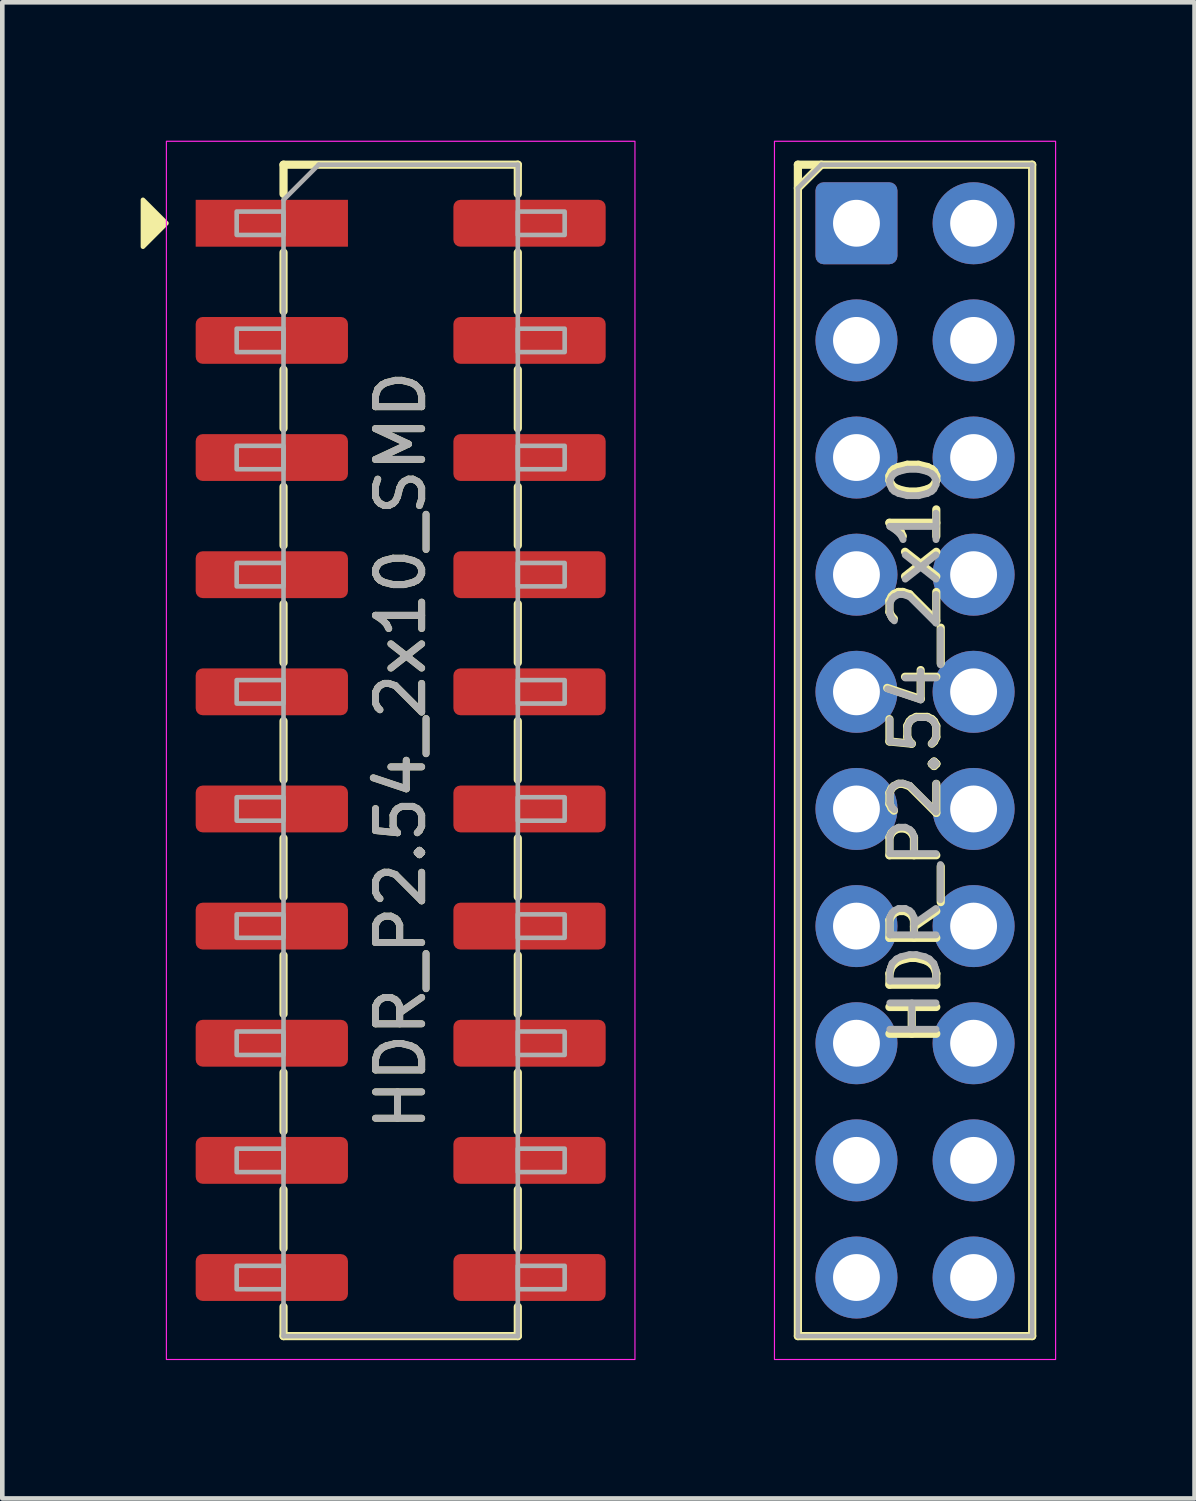
<source format=kicad_pcb>
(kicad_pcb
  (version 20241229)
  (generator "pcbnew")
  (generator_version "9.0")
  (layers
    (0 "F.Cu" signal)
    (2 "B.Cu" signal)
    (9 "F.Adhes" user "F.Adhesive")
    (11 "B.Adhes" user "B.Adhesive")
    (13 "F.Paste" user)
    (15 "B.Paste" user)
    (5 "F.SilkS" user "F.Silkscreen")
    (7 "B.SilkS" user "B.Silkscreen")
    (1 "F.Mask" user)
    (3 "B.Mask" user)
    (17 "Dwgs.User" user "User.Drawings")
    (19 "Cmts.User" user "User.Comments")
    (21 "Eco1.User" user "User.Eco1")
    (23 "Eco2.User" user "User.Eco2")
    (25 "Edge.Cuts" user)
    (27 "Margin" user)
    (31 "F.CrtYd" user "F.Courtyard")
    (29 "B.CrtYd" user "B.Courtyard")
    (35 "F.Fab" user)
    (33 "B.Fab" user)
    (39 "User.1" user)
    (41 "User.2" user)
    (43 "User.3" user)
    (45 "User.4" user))
  (footprint "HDR_P2.54_2x10"
    (layer "F.Cu")
    (at 16.791 13.221)
    (property "Reference" "HDR_P2.54_2x10" (at 0 0 90) (layer "F.SilkS") (effects (font (size 1.016 1.016) (thickness 0.178))))
    (attr through_hole)
    (fp_line (start -2.54 -12.7) (end -2.54 12.7) (stroke (width 0.178) (type solid)) (layer "F.SilkS"))
    (fp_line (start -2.54 -12.7) (end 2.54 -12.7) (stroke (width 0.178) (type solid)) (layer "F.SilkS"))
    (fp_line (start -2.54 -12.192) (end -2.032 -12.7) (stroke (width 0.178) (type solid)) (layer "F.SilkS"))
    (fp_line (start -2.54 12.7) (end 2.54 12.7) (stroke (width 0.178) (type solid)) (layer "F.SilkS"))
    (fp_line (start 2.54 -12.7) (end 2.54 12.7) (stroke (width 0.178) (type solid)) (layer "F.SilkS"))
    (fp_rect (start -3.048 -13.208) (end 3.048 13.208) (stroke (width 0.025) (type solid)) (fill no) (layer "F.CrtYd"))
    (fp_line (start -2.54 -12.192) (end -2.032 -12.7) (stroke (width 0.1) (type solid)) (layer "F.Fab"))
    (fp_line (start -2.54 12.7) (end -2.54 -12.192) (stroke (width 0.1) (type solid)) (layer "F.Fab"))
    (fp_line (start -2.032 -12.7) (end 2.54 -12.7) (stroke (width 0.1) (type solid)) (layer "F.Fab"))
    (fp_line (start 2.54 -12.7) (end 2.54 12.7) (stroke (width 0.1) (type solid)) (layer "F.Fab"))
    (fp_line (start 2.54 12.7) (end -2.54 12.7) (stroke (width 0.1) (type solid)) (layer "F.Fab"))
    (fp_text user "${REFERENCE}" (at 0 0 90) (layer "F.Fab") (effects (font (size 1 1) (thickness 0.15))))
    (pad "1" thru_hole roundrect (at -1.27 -11.43) (size 1.778 1.778) (drill 1.016) (layers "*.Cu" "*.Mask") (roundrect_rratio 0.1))
    (pad "2" thru_hole oval (at 1.27 -11.43) (size 1.778 1.778) (drill 1.016) (layers "*.Cu" "*.Mask"))
    (pad "3" thru_hole oval (at -1.27 -8.89) (size 1.778 1.778) (drill 1.016) (layers "*.Cu" "*.Mask"))
    (pad "4" thru_hole oval (at 1.27 -8.89) (size 1.778 1.778) (drill 1.016) (layers "*.Cu" "*.Mask"))
    (pad "5" thru_hole oval (at -1.27 -6.35) (size 1.778 1.778) (drill 1.016) (layers "*.Cu" "*.Mask"))
    (pad "6" thru_hole oval (at 1.27 -6.35) (size 1.778 1.778) (drill 1.016) (layers "*.Cu" "*.Mask"))
    (pad "7" thru_hole oval (at -1.27 -3.81) (size 1.778 1.778) (drill 1.016) (layers "*.Cu" "*.Mask"))
    (pad "8" thru_hole oval (at 1.27 -3.81) (size 1.778 1.778) (drill 1.016) (layers "*.Cu" "*.Mask"))
    (pad "9" thru_hole oval (at -1.27 -1.27) (size 1.778 1.778) (drill 1.016) (layers "*.Cu" "*.Mask"))
    (pad "10" thru_hole oval (at 1.27 -1.27) (size 1.778 1.778) (drill 1.016) (layers "*.Cu" "*.Mask"))
    (pad "11" thru_hole oval (at -1.27 1.27) (size 1.778 1.778) (drill 1.016) (layers "*.Cu" "*.Mask"))
    (pad "12" thru_hole oval (at 1.27 1.27) (size 1.778 1.778) (drill 1.016) (layers "*.Cu" "*.Mask"))
    (pad "13" thru_hole oval (at -1.27 3.81) (size 1.778 1.778) (drill 1.016) (layers "*.Cu" "*.Mask"))
    (pad "14" thru_hole oval (at 1.27 3.81) (size 1.778 1.778) (drill 1.016) (layers "*.Cu" "*.Mask"))
    (pad "15" thru_hole oval (at -1.27 6.35) (size 1.778 1.778) (drill 1.016) (layers "*.Cu" "*.Mask"))
    (pad "16" thru_hole oval (at 1.27 6.35) (size 1.778 1.778) (drill 1.016) (layers "*.Cu" "*.Mask"))
    (pad "17" thru_hole oval (at -1.27 8.89) (size 1.778 1.778) (drill 1.016) (layers "*.Cu" "*.Mask"))
    (pad "18" thru_hole oval (at 1.27 8.89) (size 1.778 1.778) (drill 1.016) (layers "*.Cu" "*.Mask"))
    (pad "19" thru_hole oval (at -1.27 11.43) (size 1.778 1.778) (drill 1.016) (layers "*.Cu" "*.Mask"))
    (pad "20" thru_hole oval (at 1.27 11.43) (size 1.778 1.778) (drill 1.016) (layers "*.Cu" "*.Mask")))
  (footprint "HDR_P2.54_2x10_SMD"
    (layer "F.Cu")
    (at 5.638 13.221)
    (property "Reference" "HDR_P2.54_2x10_SMD" (at 0 0 90) (layer "F.SilkS") (effects (font (size 1 1) (thickness 0.15))))
    (attr smd)
    (fp_line (start -2.54 -12.7) (end -2.54 -12.065) (stroke (width 0.178) (type solid)) (layer "F.SilkS"))
    (fp_line (start -2.54 -9.525) (end -2.54 -10.795) (stroke (width 0.178) (type solid)) (layer "F.SilkS"))
    (fp_line (start -2.54 -6.985) (end -2.54 -8.255) (stroke (width 0.178) (type solid)) (layer "F.SilkS"))
    (fp_line (start -2.54 -4.445) (end -2.54 -5.715) (stroke (width 0.178) (type solid)) (layer "F.SilkS"))
    (fp_line (start -2.54 -1.905) (end -2.54 -3.175) (stroke (width 0.178) (type solid)) (layer "F.SilkS"))
    (fp_line (start -2.54 0.635) (end -2.54 -0.635) (stroke (width 0.178) (type solid)) (layer "F.SilkS"))
    (fp_line (start -2.54 3.175) (end -2.54 1.905) (stroke (width 0.178) (type solid)) (layer "F.SilkS"))
    (fp_line (start -2.54 5.715) (end -2.54 4.445) (stroke (width 0.178) (type solid)) (layer "F.SilkS"))
    (fp_line (start -2.54 8.255) (end -2.54 6.985) (stroke (width 0.178) (type solid)) (layer "F.SilkS"))
    (fp_line (start -2.54 10.795) (end -2.54 9.525) (stroke (width 0.178) (type solid)) (layer "F.SilkS"))
    (fp_line (start -2.54 12.7) (end -2.54 12.065) (stroke (width 0.178) (type solid)) (layer "F.SilkS"))
    (fp_line (start 2.54 -12.7) (end -2.54 -12.7) (stroke (width 0.178) (type solid)) (layer "F.SilkS"))
    (fp_line (start 2.54 -12.065) (end 2.54 -12.7) (stroke (width 0.178) (type solid)) (layer "F.SilkS"))
    (fp_line (start 2.54 -9.525) (end 2.54 -10.795) (stroke (width 0.178) (type solid)) (layer "F.SilkS"))
    (fp_line (start 2.54 -6.985) (end 2.54 -8.255) (stroke (width 0.178) (type solid)) (layer "F.SilkS"))
    (fp_line (start 2.54 -4.445) (end 2.54 -5.715) (stroke (width 0.178) (type solid)) (layer "F.SilkS"))
    (fp_line (start 2.54 -1.905) (end 2.54 -3.175) (stroke (width 0.178) (type solid)) (layer "F.SilkS"))
    (fp_line (start 2.54 0.635) (end 2.54 -0.635) (stroke (width 0.178) (type solid)) (layer "F.SilkS"))
    (fp_line (start 2.54 3.175) (end 2.54 1.905) (stroke (width 0.178) (type solid)) (layer "F.SilkS"))
    (fp_line (start 2.54 5.715) (end 2.54 4.445) (stroke (width 0.178) (type solid)) (layer "F.SilkS"))
    (fp_line (start 2.54 8.255) (end 2.54 6.985) (stroke (width 0.178) (type solid)) (layer "F.SilkS"))
    (fp_line (start 2.54 10.795) (end 2.54 9.525) (stroke (width 0.178) (type solid)) (layer "F.SilkS"))
    (fp_line (start 2.54 12.065) (end 2.54 12.7) (stroke (width 0.178) (type solid)) (layer "F.SilkS"))
    (fp_line (start 2.54 12.7) (end -2.54 12.7) (stroke (width 0.178) (type solid)) (layer "F.SilkS"))
    (fp_poly (pts (xy -5.08 -11.43) (xy -5.588 -10.922) (xy -5.588 -11.938)) (stroke (width 0.1) (type solid)) (fill yes) (layer "F.SilkS"))
    (fp_rect (start -5.08 -13.208) (end 5.08 13.208) (stroke (width 0.025) (type solid)) (fill no) (layer "F.CrtYd"))
    (fp_line (start -2.54 -11.938) (end -1.778 -12.7) (stroke (width 0.1) (type solid)) (layer "F.Fab"))
    (fp_line (start -2.54 12.7) (end -2.54 -11.938) (stroke (width 0.1) (type solid)) (layer "F.Fab"))
    (fp_line (start -1.778 -12.7) (end 2.54 -12.7) (stroke (width 0.1) (type solid)) (layer "F.Fab"))
    (fp_line (start 2.54 -12.7) (end 2.54 12.7) (stroke (width 0.1) (type solid)) (layer "F.Fab"))
    (fp_line (start 2.54 12.7) (end -2.54 12.7) (stroke (width 0.1) (type solid)) (layer "F.Fab"))
    (fp_rect (start -3.556 -11.684) (end -2.54 -11.176) (stroke (width 0.1) (type solid)) (fill no) (layer "F.Fab"))
    (fp_rect (start -3.556 -9.144) (end -2.54 -8.636) (stroke (width 0.1) (type solid)) (fill no) (layer "F.Fab"))
    (fp_rect (start -3.556 -6.604) (end -2.54 -6.096) (stroke (width 0.1) (type solid)) (fill no) (layer "F.Fab"))
    (fp_rect (start -3.556 -4.064) (end -2.54 -3.556) (stroke (width 0.1) (type solid)) (fill no) (layer "F.Fab"))
    (fp_rect (start -3.556 -1.524) (end -2.54 -1.016) (stroke (width 0.1) (type solid)) (fill no) (layer "F.Fab"))
    (fp_rect (start -3.556 1.016) (end -2.54 1.524) (stroke (width 0.1) (type solid)) (fill no) (layer "F.Fab"))
    (fp_rect (start -3.556 3.556) (end -2.54 4.064) (stroke (width 0.1) (type solid)) (fill no) (layer "F.Fab"))
    (fp_rect (start -3.556 6.096) (end -2.54 6.604) (stroke (width 0.1) (type solid)) (fill no) (layer "F.Fab"))
    (fp_rect (start -3.556 8.636) (end -2.54 9.144) (stroke (width 0.1) (type solid)) (fill no) (layer "F.Fab"))
    (fp_rect (start -3.556 11.176) (end -2.54 11.684) (stroke (width 0.1) (type solid)) (fill no) (layer "F.Fab"))
    (fp_rect (start 2.54 -11.684) (end 3.556 -11.176) (stroke (width 0.1) (type solid)) (fill no) (layer "F.Fab"))
    (fp_rect (start 2.54 -9.144) (end 3.556 -8.636) (stroke (width 0.1) (type solid)) (fill no) (layer "F.Fab"))
    (fp_rect (start 2.54 -6.604) (end 3.556 -6.096) (stroke (width 0.1) (type solid)) (fill no) (layer "F.Fab"))
    (fp_rect (start 2.54 -4.064) (end 3.556 -3.556) (stroke (width 0.1) (type solid)) (fill no) (layer "F.Fab"))
    (fp_rect (start 2.54 -1.524) (end 3.556 -1.016) (stroke (width 0.1) (type solid)) (fill no) (layer "F.Fab"))
    (fp_rect (start 2.54 1.016) (end 3.556 1.524) (stroke (width 0.1) (type solid)) (fill no) (layer "F.Fab"))
    (fp_rect (start 2.54 3.556) (end 3.556 4.064) (stroke (width 0.1) (type solid)) (fill no) (layer "F.Fab"))
    (fp_rect (start 2.54 6.096) (end 3.556 6.604) (stroke (width 0.1) (type solid)) (fill no) (layer "F.Fab"))
    (fp_rect (start 2.54 8.636) (end 3.556 9.144) (stroke (width 0.1) (type solid)) (fill no) (layer "F.Fab"))
    (fp_rect (start 2.54 11.176) (end 3.556 11.684) (stroke (width 0.1) (type solid)) (fill no) (layer "F.Fab"))
    (fp_text user "${REFERENCE}" (at 0 0 90) (layer "F.Fab") (effects (font (size 1 1) (thickness 0.15))))
    (pad "1" smd rect (at -2.794 -11.43) (size 3.302 1.016) (layers "F.Cu" "F.Mask" "F.Paste"))
    (pad "2" smd roundrect (at 2.794 -11.43) (size 3.302 1.016) (layers "F.Cu" "F.Mask" "F.Paste") (roundrect_rratio 0.15))
    (pad "3" smd roundrect (at -2.794 -8.89) (size 3.302 1.016) (layers "F.Cu" "F.Mask" "F.Paste") (roundrect_rratio 0.15))
    (pad "4" smd roundrect (at 2.794 -8.89) (size 3.302 1.016) (layers "F.Cu" "F.Mask" "F.Paste") (roundrect_rratio 0.15))
    (pad "5" smd roundrect (at -2.794 -6.35) (size 3.302 1.016) (layers "F.Cu" "F.Mask" "F.Paste") (roundrect_rratio 0.15))
    (pad "6" smd roundrect (at 2.794 -6.35) (size 3.302 1.016) (layers "F.Cu" "F.Mask" "F.Paste") (roundrect_rratio 0.15))
    (pad "7" smd roundrect (at -2.794 -3.81) (size 3.302 1.016) (layers "F.Cu" "F.Mask" "F.Paste") (roundrect_rratio 0.15))
    (pad "8" smd roundrect (at 2.794 -3.81) (size 3.302 1.016) (layers "F.Cu" "F.Mask" "F.Paste") (roundrect_rratio 0.15))
    (pad "9" smd roundrect (at -2.794 -1.27) (size 3.302 1.016) (layers "F.Cu" "F.Mask" "F.Paste") (roundrect_rratio 0.15))
    (pad "10" smd roundrect (at 2.794 -1.27) (size 3.302 1.016) (layers "F.Cu" "F.Mask" "F.Paste") (roundrect_rratio 0.15))
    (pad "11" smd roundrect (at -2.794 1.27) (size 3.302 1.016) (layers "F.Cu" "F.Mask" "F.Paste") (roundrect_rratio 0.15))
    (pad "12" smd roundrect (at 2.794 1.27) (size 3.302 1.016) (layers "F.Cu" "F.Mask" "F.Paste") (roundrect_rratio 0.15))
    (pad "13" smd roundrect (at -2.794 3.81) (size 3.302 1.016) (layers "F.Cu" "F.Mask" "F.Paste") (roundrect_rratio 0.15))
    (pad "14" smd roundrect (at 2.794 3.81) (size 3.302 1.016) (layers "F.Cu" "F.Mask" "F.Paste") (roundrect_rratio 0.15))
    (pad "15" smd roundrect (at -2.794 6.35) (size 3.302 1.016) (layers "F.Cu" "F.Mask" "F.Paste") (roundrect_rratio 0.15))
    (pad "16" smd roundrect (at 2.794 6.35) (size 3.302 1.016) (layers "F.Cu" "F.Mask" "F.Paste") (roundrect_rratio 0.15))
    (pad "17" smd roundrect (at -2.794 8.89) (size 3.302 1.016) (layers "F.Cu" "F.Mask" "F.Paste") (roundrect_rratio 0.15))
    (pad "18" smd roundrect (at 2.794 8.89) (size 3.302 1.016) (layers "F.Cu" "F.Mask" "F.Paste") (roundrect_rratio 0.15))
    (pad "19" smd roundrect (at -2.794 11.43) (size 3.302 1.016) (layers "F.Cu" "F.Mask" "F.Paste") (roundrect_rratio 0.15))
    (pad "20" smd roundrect (at 2.794 11.43) (size 3.302 1.016) (layers "F.Cu" "F.Mask" "F.Paste") (roundrect_rratio 0.15)))
  (gr_rect
    (start -3 -3)
    (end 22.852 29.441)
    (stroke (width 0.1) (type default))
    (fill no)
    (layer "Edge.Cuts")))
</source>
